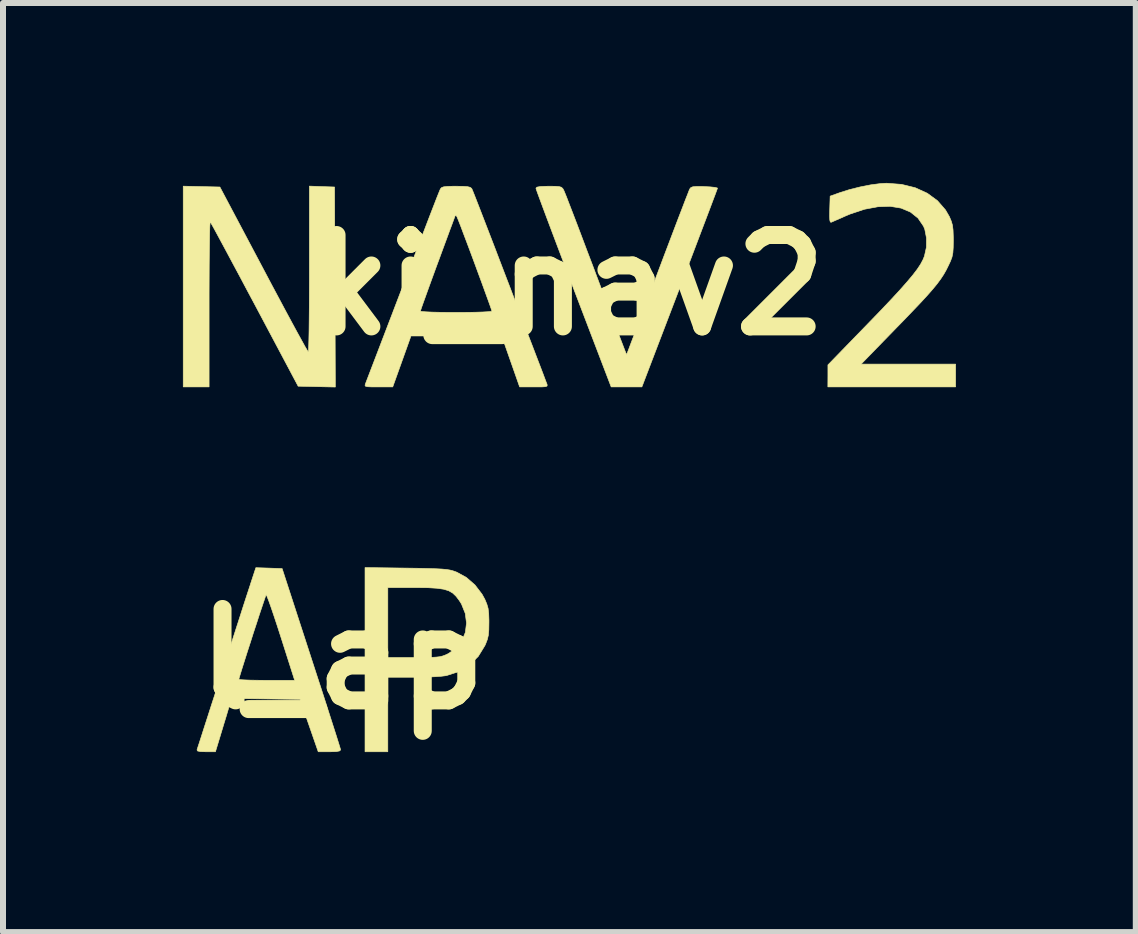
<source format=kicad_pcb>
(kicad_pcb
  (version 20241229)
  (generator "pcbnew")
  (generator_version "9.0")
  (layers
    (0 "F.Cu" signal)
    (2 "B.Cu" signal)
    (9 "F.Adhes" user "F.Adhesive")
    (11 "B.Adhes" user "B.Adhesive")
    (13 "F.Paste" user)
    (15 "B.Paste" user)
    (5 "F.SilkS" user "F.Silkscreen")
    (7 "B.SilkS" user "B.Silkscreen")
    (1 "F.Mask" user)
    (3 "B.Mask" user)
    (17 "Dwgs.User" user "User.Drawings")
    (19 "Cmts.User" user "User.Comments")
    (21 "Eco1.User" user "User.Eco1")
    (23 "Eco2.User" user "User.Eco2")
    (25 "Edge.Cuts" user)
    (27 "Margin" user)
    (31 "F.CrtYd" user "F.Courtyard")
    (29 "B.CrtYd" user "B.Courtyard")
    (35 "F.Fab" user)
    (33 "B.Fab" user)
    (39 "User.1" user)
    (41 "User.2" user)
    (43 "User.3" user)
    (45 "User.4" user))
  (footprint "l_ap"
    (layer "F.Cu")
    (at 2.656 7.938)
    (property "Reference" "l_ap" (at 0 0 0) (layer "F.SilkS") (effects (font (size 1.524 1.524) (thickness 0.3))))
    (attr through_hole)
    (fp_poly (pts (xy 1.071 -1.516) (xy 1.278 -1.513) (xy 1.441 -1.509) (xy 1.567 -1.505) (xy 1.664 -1.5) (xy 1.737 -1.493) (xy 1.795 -1.484) (xy 1.843 -1.472) (xy 1.889 -1.456) (xy 1.912 -1.447) (xy 2.07 -1.36) (xy 2.214 -1.234) (xy 2.331 -1.081) (xy 2.378 -0.995) (xy 2.411 -0.916) (xy 2.432 -0.844) (xy 2.442 -0.76) (xy 2.446 -0.649) (xy 2.446 -0.608) (xy 2.444 -0.485) (xy 2.436 -0.396) (xy 2.418 -0.322) (xy 2.389 -0.247) (xy 2.378 -0.223) (xy 2.268 -0.044) (xy 2.121 0.101) (xy 1.944 0.209) (xy 1.741 0.275) (xy 1.726 0.278) (xy 1.653 0.287) (xy 1.542 0.295) (xy 1.405 0.301) (xy 1.255 0.304) (xy 1.175 0.304) (xy 0.76 0.304) (xy 0.76 1.546) (xy 0.38 1.546) (xy 0.38 -1.191) (xy 0.76 -1.191) (xy 0.76 -0.025) (xy 1.199 -0.025) (xy 1.359 -0.026) (xy 1.478 -0.027) (xy 1.565 -0.032) (xy 1.629 -0.039) (xy 1.679 -0.052) (xy 1.726 -0.07) (xy 1.77 -0.091) (xy 1.9 -0.182) (xy 1.995 -0.303) (xy 2.053 -0.445) (xy 2.072 -0.601) (xy 2.051 -0.761) (xy 1.988 -0.918) (xy 1.952 -0.975) (xy 1.899 -1.045) (xy 1.843 -1.099) (xy 1.776 -1.138) (xy 1.691 -1.164) (xy 1.58 -1.18) (xy 1.435 -1.189) (xy 1.249 -1.191) (xy 1.209 -1.191) (xy 0.76 -1.191) (xy 0.38 -1.191) (xy 0.38 -1.525) (xy 1.071 -1.516)) (stroke (width 0.01) (type solid)) (fill yes) (layer "F.SilkS"))
    (fp_poly (pts (xy -1.221 -1.516) (xy -1.002 -1.508) (xy -0.516 -0.013) (xy -0.43 0.252) (xy -0.348 0.503) (xy -0.273 0.735) (xy -0.206 0.945) (xy -0.147 1.129) (xy -0.098 1.282) (xy -0.061 1.4) (xy -0.037 1.478) (xy -0.027 1.513) (xy -0.027 1.515) (xy -0.044 1.532) (xy -0.099 1.543) (xy -0.2 1.546) (xy -0.213 1.546) (xy -0.4 1.546) (xy -0.552 1.109) (xy -0.704 0.672) (xy -1.275 0.665) (xy -1.845 0.658) (xy -1.901 0.842) (xy -1.933 0.95) (xy -1.974 1.084) (xy -2.016 1.223) (xy -2.035 1.286) (xy -2.114 1.546) (xy -2.273 1.546) (xy -2.365 1.543) (xy -2.412 1.533) (xy -2.421 1.515) (xy -2.421 1.515) (xy -2.412 1.485) (xy -2.388 1.412) (xy -2.352 1.3) (xy -2.305 1.153) (xy -2.248 0.977) (xy -2.184 0.777) (xy -2.112 0.556) (xy -2.043 0.339) (xy -1.724 0.339) (xy -1.7 0.344) (xy -1.633 0.348) (xy -1.531 0.352) (xy -1.403 0.354) (xy -1.258 0.355) (xy -0.793 0.355) (xy -1.023 -0.367) (xy -1.081 -0.547) (xy -1.135 -0.71) (xy -1.182 -0.849) (xy -1.221 -0.959) (xy -1.25 -1.035) (xy -1.266 -1.069) (xy -1.269 -1.071) (xy -1.28 -1.043) (xy -1.303 -0.975) (xy -1.337 -0.874) (xy -1.38 -0.746) (xy -1.427 -0.6) (xy -1.479 -0.443) (xy -1.53 -0.282) (xy -1.581 -0.125) (xy -1.627 0.02) (xy -1.667 0.147) (xy -1.698 0.247) (xy -1.718 0.314) (xy -1.724 0.339) (xy -2.043 0.339) (xy -2.036 0.319) (xy -2.015 0.253) (xy -1.935 0.004) (xy -1.856 -0.24) (xy -1.781 -0.472) (xy -1.712 -0.686) (xy -1.651 -0.877) (xy -1.599 -1.037) (xy -1.558 -1.162) (xy -1.531 -1.244) (xy -1.53 -1.249) (xy -1.44 -1.523) (xy -1.221 -1.516)) (stroke (width 0.01) (type solid)) (fill yes) (layer "F.SilkS")))
  (footprint "ki_nav2"
    (layer "F.Cu")
    (at 6.444 1.703)
    (property "Reference" "ki_nav2" (at 0 0 0) (layer "F.SilkS") (effects (font (size 1.524 1.524) (thickness 0.3))))
    (attr through_hole)
    (fp_poly (pts (xy -4.126 -1.642) (xy -3.916 -1.635) (xy -3.903 1.7) (xy -4.523 1.686) (xy -5.246 0.325) (xy -5.376 0.082) (xy -5.498 -0.148) (xy -5.612 -0.36) (xy -5.714 -0.551) (xy -5.804 -0.718) (xy -5.878 -0.855) (xy -5.935 -0.96) (xy -5.973 -1.027) (xy -5.989 -1.054) (xy -5.989 -1.054) (xy -5.992 -1.033) (xy -5.996 -0.966) (xy -5.999 -0.857) (xy -6.001 -0.711) (xy -6.004 -0.533) (xy -6.006 -0.326) (xy -6.007 -0.095) (xy -6.008 0.155) (xy -6.008 0.313) (xy -6.008 1.698) (xy -6.439 1.698) (xy -6.439 -1.649) (xy -6.133 -1.642) (xy -5.828 -1.635) (xy -5.1 -0.261) (xy -4.971 -0.017) (xy -4.848 0.213) (xy -4.735 0.425) (xy -4.632 0.616) (xy -4.542 0.782) (xy -4.467 0.918) (xy -4.41 1.022) (xy -4.371 1.088) (xy -4.354 1.114) (xy -4.354 1.115) (xy -4.35 1.09) (xy -4.347 1.02) (xy -4.344 0.908) (xy -4.341 0.759) (xy -4.339 0.577) (xy -4.337 0.368) (xy -4.336 0.136) (xy -4.335 -0.115) (xy -4.335 -0.267) (xy -4.335 -1.65) (xy -4.126 -1.642)) (stroke (width 0.01) (type solid)) (fill yes) (layer "F.SilkS"))
    (fp_poly (pts (xy 5.537 -1.679) (xy 5.765 -1.623) (xy 5.967 -1.531) (xy 6.136 -1.407) (xy 6.27 -1.253) (xy 6.335 -1.141) (xy 6.366 -1.067) (xy 6.386 -0.999) (xy 6.396 -0.92) (xy 6.4 -0.814) (xy 6.401 -0.748) (xy 6.399 -0.626) (xy 6.393 -0.538) (xy 6.379 -0.468) (xy 6.353 -0.398) (xy 6.321 -0.33) (xy 6.282 -0.251) (xy 6.24 -0.177) (xy 6.192 -0.104) (xy 6.134 -0.025) (xy 6.062 0.063) (xy 5.972 0.166) (xy 5.86 0.288) (xy 5.721 0.434) (xy 5.553 0.609) (xy 5.461 0.703) (xy 4.863 1.318) (xy 6.439 1.318) (xy 6.439 1.698) (xy 4.309 1.698) (xy 4.31 1.515) (xy 4.31 1.331) (xy 4.978 0.643) (xy 5.189 0.425) (xy 5.366 0.238) (xy 5.512 0.08) (xy 5.631 -0.055) (xy 5.726 -0.168) (xy 5.8 -0.265) (xy 5.855 -0.348) (xy 5.894 -0.421) (xy 5.919 -0.482) (xy 5.952 -0.63) (xy 5.953 -0.786) (xy 5.925 -0.929) (xy 5.904 -0.981) (xy 5.812 -1.116) (xy 5.686 -1.217) (xy 5.53 -1.283) (xy 5.348 -1.313) (xy 5.143 -1.306) (xy 4.919 -1.264) (xy 4.679 -1.184) (xy 4.605 -1.153) (xy 4.509 -1.11) (xy 4.428 -1.075) (xy 4.376 -1.052) (xy 4.365 -1.047) (xy 4.35 -1.051) (xy 4.341 -1.084) (xy 4.338 -1.153) (xy 4.34 -1.258) (xy 4.347 -1.483) (xy 4.512 -1.542) (xy 4.67 -1.592) (xy 4.846 -1.636) (xy 5.023 -1.671) (xy 5.184 -1.692) (xy 5.287 -1.698) (xy 5.537 -1.679)) (stroke (width 0.01) (type solid)) (fill yes) (layer "F.SilkS"))
    (fp_poly (pts (xy -0.238 -1.647) (xy -0.172 -1.642) (xy -0.134 -1.631) (xy -0.11 -1.609) (xy -0.093 -1.578) (xy -0.078 -1.542) (xy -0.046 -1.463) (xy -0.001 -1.345) (xy 0.058 -1.193) (xy 0.127 -1.013) (xy 0.205 -0.807) (xy 0.29 -0.581) (xy 0.382 -0.34) (xy 0.445 -0.172) (xy 0.538 0.075) (xy 0.625 0.307) (xy 0.706 0.52) (xy 0.778 0.709) (xy 0.84 0.87) (xy 0.89 1) (xy 0.926 1.094) (xy 0.948 1.148) (xy 0.953 1.159) (xy 0.963 1.135) (xy 0.989 1.068) (xy 1.029 0.961) (xy 1.083 0.82) (xy 1.148 0.649) (xy 1.223 0.451) (xy 1.307 0.231) (xy 1.397 -0.007) (xy 1.471 -0.203) (xy 1.565 -0.453) (xy 1.655 -0.69) (xy 1.738 -0.909) (xy 1.813 -1.106) (xy 1.879 -1.277) (xy 1.932 -1.416) (xy 1.973 -1.52) (xy 1.998 -1.585) (xy 2.007 -1.604) (xy 2.025 -1.626) (xy 2.058 -1.639) (xy 2.117 -1.644) (xy 2.212 -1.644) (xy 2.251 -1.642) (xy 2.349 -1.637) (xy 2.424 -1.629) (xy 2.465 -1.619) (xy 2.468 -1.615) (xy 2.459 -1.588) (xy 2.433 -1.518) (xy 2.392 -1.409) (xy 2.337 -1.263) (xy 2.27 -1.086) (xy 2.192 -0.881) (xy 2.105 -0.651) (xy 2.01 -0.401) (xy 1.908 -0.135) (xy 1.837 0.052) (xy 1.208 1.698) (xy 0.696 1.698) (xy 0.069 0.057) (xy -0.036 -0.218) (xy -0.136 -0.479) (xy -0.228 -0.723) (xy -0.312 -0.946) (xy -0.386 -1.143) (xy -0.449 -1.312) (xy -0.499 -1.447) (xy -0.535 -1.545) (xy -0.555 -1.602) (xy -0.558 -1.616) (xy -0.541 -1.633) (xy -0.486 -1.643) (xy -0.388 -1.647) (xy -0.343 -1.648) (xy -0.238 -1.647)) (stroke (width 0.01) (type solid)) (fill yes) (layer "F.SilkS"))
    (fp_poly (pts (xy -1.773 -1.646) (xy -1.699 -1.641) (xy -1.655 -1.63) (xy -1.631 -1.612) (xy -1.626 -1.603) (xy -1.613 -1.573) (xy -1.583 -1.498) (xy -1.539 -1.385) (xy -1.481 -1.236) (xy -1.412 -1.057) (xy -1.332 -0.85) (xy -1.243 -0.619) (xy -1.148 -0.37) (xy -1.047 -0.106) (xy -1.001 0.013) (xy -0.898 0.283) (xy -0.8 0.54) (xy -0.708 0.78) (xy -0.624 0.998) (xy -0.55 1.192) (xy -0.487 1.356) (xy -0.437 1.487) (xy -0.402 1.581) (xy -0.382 1.633) (xy -0.378 1.641) (xy -0.37 1.668) (xy -0.375 1.685) (xy -0.403 1.694) (xy -0.461 1.698) (xy -0.56 1.698) (xy -0.593 1.698) (xy -0.83 1.698) (xy -1.128 0.849) (xy -2.642 0.849) (xy -2.794 1.274) (xy -2.946 1.698) (xy -3.184 1.698) (xy -3.294 1.698) (xy -3.362 1.695) (xy -3.397 1.688) (xy -3.408 1.673) (xy -3.402 1.649) (xy -3.399 1.641) (xy -3.22 1.174) (xy -3.059 0.753) (xy -2.937 0.435) (xy -2.484 0.435) (xy -2.46 0.441) (xy -2.392 0.446) (xy -2.288 0.451) (xy -2.153 0.454) (xy -1.996 0.456) (xy -1.889 0.456) (xy -1.721 0.455) (xy -1.571 0.453) (xy -1.447 0.449) (xy -1.355 0.444) (xy -1.303 0.439) (xy -1.293 0.435) (xy -1.301 0.406) (xy -1.325 0.337) (xy -1.362 0.234) (xy -1.409 0.105) (xy -1.463 -0.044) (xy -1.523 -0.206) (xy -1.585 -0.375) (xy -1.647 -0.542) (xy -1.707 -0.702) (xy -1.762 -0.847) (xy -1.808 -0.97) (xy -1.845 -1.065) (xy -1.869 -1.124) (xy -1.876 -1.141) (xy -1.896 -1.166) (xy -1.91 -1.145) (xy -1.911 -1.141) (xy -1.923 -1.108) (xy -1.95 -1.034) (xy -1.991 -0.925) (xy -2.042 -0.786) (xy -2.102 -0.624) (xy -2.168 -0.444) (xy -2.205 -0.345) (xy -2.273 -0.159) (xy -2.335 0.011) (xy -2.389 0.161) (xy -2.433 0.283) (xy -2.465 0.373) (xy -2.482 0.425) (xy -2.484 0.435) (xy -2.937 0.435) (xy -2.914 0.374) (xy -2.785 0.037) (xy -2.67 -0.262) (xy -2.57 -0.525) (xy -2.483 -0.752) (xy -2.407 -0.948) (xy -2.344 -1.113) (xy -2.291 -1.25) (xy -2.248 -1.361) (xy -2.214 -1.449) (xy -2.188 -1.514) (xy -2.169 -1.561) (xy -2.157 -1.59) (xy -2.151 -1.603) (xy -2.151 -1.603) (xy -2.132 -1.625) (xy -2.097 -1.638) (xy -2.035 -1.645) (xy -1.936 -1.648) (xy -1.889 -1.648) (xy -1.773 -1.646)) (stroke (width 0.01) (type solid)) (fill yes) (layer "F.SilkS")))
  (gr_rect
    (start -3 -3)
    (end 15.887 12.49)
    (stroke (width 0.1) (type default))
    (fill no)
    (layer "Edge.Cuts")))
</source>
